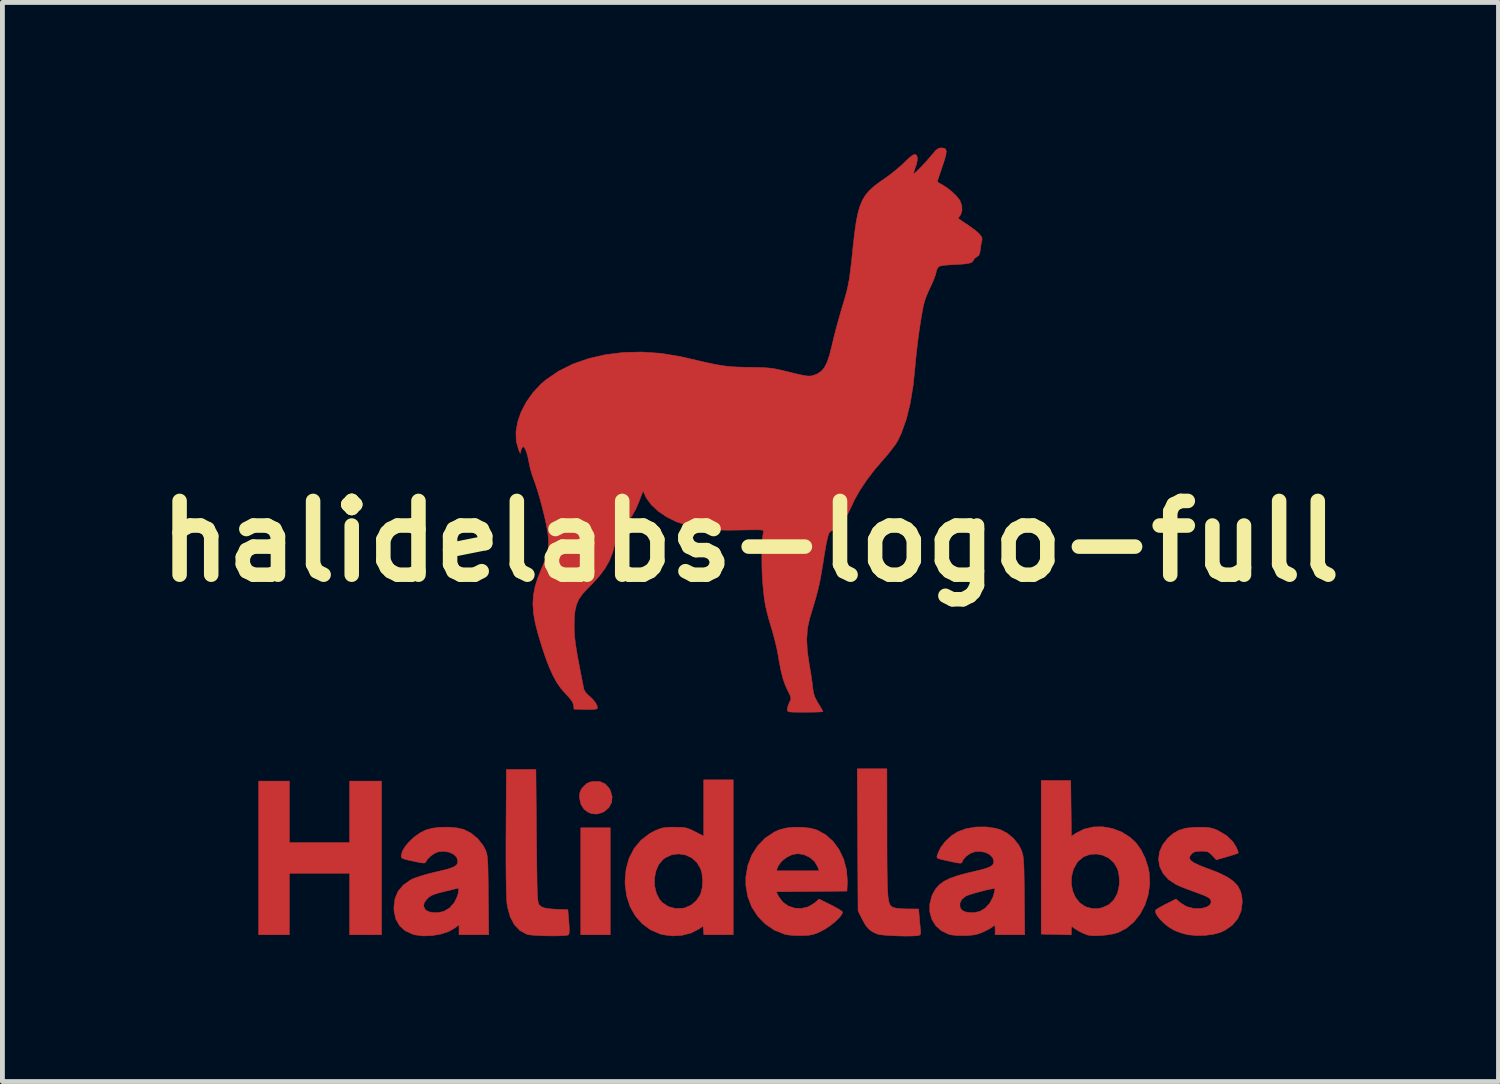
<source format=kicad_pcb>
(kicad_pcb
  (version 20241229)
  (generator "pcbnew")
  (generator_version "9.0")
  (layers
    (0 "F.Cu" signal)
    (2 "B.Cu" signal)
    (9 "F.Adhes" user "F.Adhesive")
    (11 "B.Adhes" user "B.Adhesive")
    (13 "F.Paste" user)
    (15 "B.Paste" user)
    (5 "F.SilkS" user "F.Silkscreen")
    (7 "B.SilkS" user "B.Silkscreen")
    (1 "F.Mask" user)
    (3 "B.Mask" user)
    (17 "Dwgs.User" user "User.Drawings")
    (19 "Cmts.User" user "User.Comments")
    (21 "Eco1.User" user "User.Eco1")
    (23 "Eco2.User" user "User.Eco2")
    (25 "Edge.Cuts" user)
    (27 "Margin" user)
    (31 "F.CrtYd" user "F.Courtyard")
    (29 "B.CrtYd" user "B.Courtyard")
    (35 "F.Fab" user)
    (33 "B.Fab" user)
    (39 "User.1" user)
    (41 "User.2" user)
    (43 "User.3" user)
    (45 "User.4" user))
  (footprint "halidelabs-logo-full"
    (layer "F.Cu")
    (at 12.453 8.133)
    (property "Reference" "halidelabs-logo-full" (at 0 0 0) (layer "F.SilkS") (effects (font (size 1.524 1.524) (thickness 0.3))))
    (attr through_hole)
    (fp_poly (pts (xy -2.896 8.128) (xy -3.505 8.128) (xy -3.505 5.918) (xy -2.896 5.918) (xy -2.896 8.128)) (stroke (width 0.01) (type solid)) (fill yes) (layer "F.Cu"))
    (fp_poly (pts (xy -9.525 6.223) (xy -8.28 6.223) (xy -8.28 4.953) (xy -7.62 4.953) (xy -7.62 8.128) (xy -8.28 8.128) (xy -8.28 6.858) (xy -9.525 6.858) (xy -9.525 8.128) (xy -10.16 8.128) (xy -10.16 4.953) (xy -9.525 4.953) (xy -9.525 6.223)) (stroke (width 0.01) (type solid)) (fill yes) (layer "F.Cu"))
    (fp_poly (pts (xy -3.107 4.964) (xy -3.001 5.011) (xy -2.919 5.102) (xy -2.893 5.148) (xy -2.857 5.274) (xy -2.868 5.394) (xy -2.923 5.499) (xy -3.018 5.581) (xy -3.064 5.604) (xy -3.176 5.635) (xy -3.281 5.625) (xy -3.346 5.601) (xy -3.438 5.535) (xy -3.501 5.433) (xy -3.53 5.306) (xy -3.531 5.276) (xy -3.524 5.191) (xy -3.497 5.126) (xy -3.447 5.064) (xy -3.379 5.002) (xy -3.307 4.971) (xy -3.24 4.959) (xy -3.107 4.964)) (stroke (width 0.01) (type solid)) (fill yes) (layer "F.Cu"))
    (fp_poly (pts (xy 2.821 6.026) (xy 2.821 6.337) (xy 2.822 6.601) (xy 2.824 6.822) (xy 2.827 7.005) (xy 2.831 7.153) (xy 2.837 7.27) (xy 2.845 7.36) (xy 2.856 7.428) (xy 2.869 7.477) (xy 2.885 7.511) (xy 2.905 7.535) (xy 2.928 7.552) (xy 2.946 7.562) (xy 3.004 7.578) (xy 3.1 7.589) (xy 3.219 7.594) (xy 3.243 7.594) (xy 3.475 7.595) (xy 3.491 7.791) (xy 3.5 7.896) (xy 3.509 7.989) (xy 3.517 8.051) (xy 3.518 8.056) (xy 3.513 8.117) (xy 3.489 8.138) (xy 3.437 8.148) (xy 3.346 8.153) (xy 3.227 8.155) (xy 3.094 8.153) (xy 2.958 8.148) (xy 2.83 8.141) (xy 2.723 8.132) (xy 2.648 8.12) (xy 2.63 8.116) (xy 2.524 8.069) (xy 2.443 8.009) (xy 2.374 7.922) (xy 2.311 7.81) (xy 2.223 7.634) (xy 2.215 6.167) (xy 2.207 4.699) (xy 2.819 4.699) (xy 2.821 6.026)) (stroke (width 0.01) (type solid)) (fill yes) (layer "F.Cu"))
    (fp_poly (pts (xy -4.42 6.087) (xy -4.417 6.387) (xy -4.414 6.64) (xy -4.411 6.851) (xy -4.409 7.023) (xy -4.406 7.161) (xy -4.402 7.269) (xy -4.398 7.351) (xy -4.392 7.411) (xy -4.386 7.453) (xy -4.379 7.482) (xy -4.37 7.501) (xy -4.359 7.515) (xy -4.359 7.515) (xy -4.319 7.549) (xy -4.263 7.572) (xy -4.183 7.588) (xy -4.067 7.598) (xy -3.962 7.603) (xy -3.772 7.61) (xy -3.751 7.86) (xy -3.743 7.982) (xy -3.742 8.062) (xy -3.748 8.109) (xy -3.763 8.131) (xy -3.764 8.132) (xy -3.805 8.141) (xy -3.886 8.147) (xy -3.994 8.151) (xy -4.121 8.151) (xy -4.253 8.149) (xy -4.381 8.144) (xy -4.492 8.137) (xy -4.576 8.128) (xy -4.617 8.119) (xy -4.761 8.041) (xy -4.876 7.921) (xy -4.962 7.76) (xy -5.018 7.558) (xy -5.03 7.478) (xy -5.036 7.403) (xy -5.041 7.281) (xy -5.045 7.115) (xy -5.048 6.911) (xy -5.05 6.67) (xy -5.05 6.397) (xy -5.05 6.096) (xy -5.049 5.994) (xy -5.042 4.712) (xy -4.432 4.712) (xy -4.42 6.087)) (stroke (width 0.01) (type solid)) (fill yes) (layer "F.Cu"))
    (fp_poly (pts (xy -0.356 8.128) (xy -0.962 8.128) (xy -0.978 7.949) (xy -1.067 8.01) (xy -1.229 8.092) (xy -1.415 8.14) (xy -1.614 8.152) (xy -1.81 8.126) (xy -1.866 8.111) (xy -2.065 8.025) (xy -2.237 7.898) (xy -2.379 7.736) (xy -2.487 7.544) (xy -2.558 7.325) (xy -2.589 7.085) (xy -2.591 7.023) (xy -2.586 6.964) (xy -1.982 6.964) (xy -1.979 7.12) (xy -1.944 7.269) (xy -1.879 7.398) (xy -1.822 7.463) (xy -1.697 7.545) (xy -1.551 7.585) (xy -1.394 7.58) (xy -1.339 7.568) (xy -1.217 7.51) (xy -1.111 7.415) (xy -1.034 7.297) (xy -1.029 7.283) (xy -0.996 7.154) (xy -0.987 7.004) (xy -1.002 6.857) (xy -1.029 6.763) (xy -1.106 6.634) (xy -1.213 6.538) (xy -1.342 6.479) (xy -1.482 6.457) (xy -1.625 6.475) (xy -1.759 6.537) (xy -1.806 6.572) (xy -1.895 6.678) (xy -1.954 6.813) (xy -1.982 6.964) (xy -2.586 6.964) (xy -2.569 6.773) (xy -2.506 6.546) (xy -2.403 6.346) (xy -2.262 6.176) (xy -2.086 6.04) (xy -1.986 5.986) (xy -1.9 5.948) (xy -1.827 5.924) (xy -1.751 5.911) (xy -1.654 5.906) (xy -1.572 5.906) (xy -1.455 5.907) (xy -1.371 5.913) (xy -1.302 5.928) (xy -1.232 5.956) (xy -1.146 5.998) (xy -0.965 6.091) (xy -0.965 4.928) (xy -0.356 4.928) (xy -0.356 8.128)) (stroke (width 0.01) (type solid)) (fill yes) (layer "F.Cu"))
    (fp_poly (pts (xy 6.624 5.517) (xy 6.63 6.094) (xy 6.722 6.031) (xy 6.893 5.945) (xy 7.081 5.901) (xy 7.278 5.897) (xy 7.477 5.932) (xy 7.668 6.005) (xy 7.842 6.114) (xy 7.964 6.228) (xy 8.067 6.369) (xy 8.153 6.543) (xy 8.215 6.731) (xy 8.238 6.845) (xy 8.249 7.074) (xy 8.219 7.296) (xy 8.152 7.507) (xy 8.051 7.698) (xy 7.921 7.863) (xy 7.763 7.995) (xy 7.601 8.079) (xy 7.498 8.109) (xy 7.37 8.131) (xy 7.234 8.144) (xy 7.105 8.148) (xy 7 8.14) (xy 6.959 8.131) (xy 6.868 8.094) (xy 6.771 8.046) (xy 6.693 7.996) (xy 6.674 7.981) (xy 6.645 7.96) (xy 6.632 7.972) (xy 6.629 8.025) (xy 6.629 8.036) (xy 6.629 8.13) (xy 6.318 8.122) (xy 6.007 8.115) (xy 6.007 7.077) (xy 6.629 7.077) (xy 6.657 7.225) (xy 6.716 7.359) (xy 6.803 7.468) (xy 6.916 7.545) (xy 6.947 7.557) (xy 7.068 7.588) (xy 7.179 7.588) (xy 7.271 7.568) (xy 7.405 7.506) (xy 7.509 7.405) (xy 7.582 7.271) (xy 7.619 7.108) (xy 7.623 7.023) (xy 7.616 6.916) (xy 7.597 6.812) (xy 7.581 6.761) (xy 7.507 6.637) (xy 7.403 6.544) (xy 7.28 6.485) (xy 7.146 6.459) (xy 7.01 6.469) (xy 6.884 6.517) (xy 6.776 6.603) (xy 6.749 6.636) (xy 6.673 6.773) (xy 6.634 6.923) (xy 6.629 7.077) (xy 6.007 7.077) (xy 6.007 4.94) (xy 6.617 4.94) (xy 6.624 5.517)) (stroke (width 0.01) (type solid)) (fill yes) (layer "F.Cu"))
    (fp_poly (pts (xy 1.074 5.907) (xy 1.242 5.927) (xy 1.377 5.965) (xy 1.554 6.062) (xy 1.707 6.199) (xy 1.832 6.37) (xy 1.926 6.567) (xy 1.984 6.785) (xy 2.003 7.016) (xy 2.001 7.067) (xy 1.994 7.226) (xy 1.263 7.233) (xy 0.533 7.24) (xy 0.584 7.341) (xy 0.669 7.454) (xy 0.782 7.534) (xy 0.913 7.578) (xy 1.054 7.584) (xy 1.192 7.551) (xy 1.318 7.477) (xy 1.332 7.466) (xy 1.418 7.39) (xy 1.662 7.511) (xy 1.761 7.563) (xy 1.841 7.609) (xy 1.892 7.645) (xy 1.905 7.661) (xy 1.885 7.712) (xy 1.83 7.78) (xy 1.75 7.857) (xy 1.655 7.934) (xy 1.554 8.003) (xy 1.481 8.044) (xy 1.381 8.091) (xy 1.301 8.12) (xy 1.22 8.136) (xy 1.119 8.143) (xy 1.058 8.145) (xy 0.92 8.144) (xy 0.796 8.134) (xy 0.708 8.118) (xy 0.493 8.031) (xy 0.306 7.904) (xy 0.15 7.744) (xy 0.028 7.555) (xy -0.054 7.343) (xy -0.094 7.114) (xy -0.095 6.937) (xy -0.073 6.807) (xy 0.536 6.807) (xy 1.42 6.807) (xy 1.393 6.73) (xy 1.33 6.621) (xy 1.23 6.532) (xy 1.107 6.473) (xy 0.975 6.452) (xy 0.86 6.473) (xy 0.745 6.529) (xy 0.645 6.609) (xy 0.575 6.704) (xy 0.561 6.735) (xy 0.536 6.807) (xy -0.073 6.807) (xy -0.055 6.7) (xy 0.027 6.483) (xy 0.149 6.292) (xy 0.305 6.131) (xy 0.493 6.006) (xy 0.59 5.962) (xy 0.729 5.924) (xy 0.897 5.906) (xy 1.074 5.907)) (stroke (width 0.01) (type solid)) (fill yes) (layer "F.Cu"))
    (fp_poly (pts (xy 9.395 5.908) (xy 9.486 5.917) (xy 9.561 5.935) (xy 9.636 5.964) (xy 9.653 5.972) (xy 9.831 6.076) (xy 9.963 6.202) (xy 10.034 6.314) (xy 10.064 6.382) (xy 10.078 6.429) (xy 10.078 6.441) (xy 10.05 6.452) (xy 9.984 6.474) (xy 9.894 6.502) (xy 9.845 6.516) (xy 9.625 6.58) (xy 9.54 6.491) (xy 9.486 6.438) (xy 9.437 6.411) (xy 9.372 6.402) (xy 9.312 6.401) (xy 9.216 6.406) (xy 9.153 6.425) (xy 9.119 6.452) (xy 9.079 6.502) (xy 9.07 6.548) (xy 9.095 6.592) (xy 9.158 6.638) (xy 9.263 6.689) (xy 9.412 6.748) (xy 9.47 6.769) (xy 9.685 6.853) (xy 9.854 6.938) (xy 9.981 7.027) (xy 10.071 7.125) (xy 10.128 7.237) (xy 10.155 7.367) (xy 10.16 7.462) (xy 10.136 7.638) (xy 10.067 7.795) (xy 9.956 7.928) (xy 9.805 8.034) (xy 9.703 8.081) (xy 9.559 8.119) (xy 9.387 8.141) (xy 9.209 8.144) (xy 9.044 8.128) (xy 8.986 8.115) (xy 8.883 8.085) (xy 8.782 8.047) (xy 8.737 8.026) (xy 8.639 7.966) (xy 8.546 7.892) (xy 8.465 7.812) (xy 8.403 7.734) (xy 8.369 7.667) (xy 8.37 7.619) (xy 8.37 7.619) (xy 8.399 7.596) (xy 8.462 7.559) (xy 8.547 7.512) (xy 8.589 7.491) (xy 8.792 7.389) (xy 8.879 7.465) (xy 9.007 7.545) (xy 9.16 7.585) (xy 9.308 7.585) (xy 9.413 7.56) (xy 9.485 7.518) (xy 9.517 7.463) (xy 9.515 7.424) (xy 9.501 7.395) (xy 9.475 7.369) (xy 9.429 7.341) (xy 9.356 7.309) (xy 9.248 7.268) (xy 9.142 7.229) (xy 9.024 7.186) (xy 8.912 7.142) (xy 8.823 7.103) (xy 8.791 7.088) (xy 8.637 6.986) (xy 8.525 6.861) (xy 8.456 6.72) (xy 8.431 6.57) (xy 8.451 6.416) (xy 8.518 6.265) (xy 8.623 6.132) (xy 8.735 6.035) (xy 8.853 5.968) (xy 8.989 5.927) (xy 9.154 5.909) (xy 9.271 5.906) (xy 9.395 5.908)) (stroke (width 0.01) (type solid)) (fill yes) (layer "F.Cu"))
    (fp_poly (pts (xy -6.065 5.92) (xy -5.923 5.952) (xy -5.919 5.954) (xy -5.772 6.029) (xy -5.636 6.141) (xy -5.527 6.277) (xy -5.483 6.357) (xy -5.466 6.395) (xy -5.453 6.433) (xy -5.443 6.475) (xy -5.435 6.529) (xy -5.429 6.601) (xy -5.424 6.695) (xy -5.421 6.819) (xy -5.418 6.979) (xy -5.416 7.18) (xy -5.415 7.309) (xy -5.406 8.128) (xy -6.02 8.128) (xy -6.02 7.922) (xy -6.108 7.989) (xy -6.236 8.062) (xy -6.396 8.114) (xy -6.574 8.145) (xy -6.754 8.152) (xy -6.92 8.132) (xy -6.976 8.117) (xy -7.131 8.046) (xy -7.248 7.941) (xy -7.326 7.804) (xy -7.362 7.639) (xy -7.365 7.568) (xy -7.362 7.536) (xy -6.753 7.536) (xy -6.719 7.605) (xy -6.706 7.62) (xy -6.642 7.654) (xy -6.549 7.67) (xy -6.443 7.669) (xy -6.342 7.647) (xy -6.333 7.644) (xy -6.213 7.572) (xy -6.116 7.463) (xy -6.051 7.325) (xy -6.034 7.256) (xy -6.026 7.194) (xy -6.033 7.169) (xy -6.061 7.17) (xy -6.063 7.171) (xy -6.107 7.182) (xy -6.186 7.202) (xy -6.289 7.226) (xy -6.35 7.241) (xy -6.473 7.273) (xy -6.559 7.303) (xy -6.621 7.336) (xy -6.673 7.379) (xy -6.674 7.38) (xy -6.738 7.463) (xy -6.753 7.536) (xy -7.362 7.536) (xy -7.344 7.387) (xy -7.281 7.233) (xy -7.174 7.104) (xy -7.023 6.997) (xy -6.978 6.974) (xy -6.902 6.944) (xy -6.791 6.908) (xy -6.658 6.87) (xy -6.519 6.835) (xy -6.503 6.832) (xy -6.339 6.793) (xy -6.218 6.76) (xy -6.135 6.729) (xy -6.083 6.697) (xy -6.055 6.661) (xy -6.046 6.618) (xy -6.045 6.605) (xy -6.068 6.527) (xy -6.131 6.465) (xy -6.224 6.422) (xy -6.338 6.404) (xy -6.443 6.413) (xy -6.52 6.443) (xy -6.601 6.498) (xy -6.67 6.564) (xy -6.709 6.626) (xy -6.722 6.642) (xy -6.756 6.646) (xy -6.818 6.638) (xy -6.92 6.618) (xy -6.922 6.617) (xy -7.046 6.591) (xy -7.129 6.571) (xy -7.178 6.555) (xy -7.204 6.539) (xy -7.212 6.519) (xy -7.214 6.493) (xy -7.192 6.405) (xy -7.133 6.305) (xy -7.045 6.201) (xy -6.938 6.103) (xy -6.818 6.019) (xy -6.708 5.964) (xy -6.573 5.927) (xy -6.408 5.907) (xy -6.233 5.905) (xy -6.065 5.92)) (stroke (width 0.01) (type solid)) (fill yes) (layer "F.Cu"))
    (fp_poly (pts (xy 5.068 5.929) (xy 5.162 5.957) (xy 5.306 6.031) (xy 5.438 6.141) (xy 5.544 6.275) (xy 5.592 6.37) (xy 5.609 6.413) (xy 5.622 6.455) (xy 5.632 6.502) (xy 5.64 6.562) (xy 5.645 6.639) (xy 5.65 6.741) (xy 5.653 6.874) (xy 5.656 7.043) (xy 5.658 7.255) (xy 5.659 7.322) (xy 5.667 8.128) (xy 5.055 8.128) (xy 5.055 8.022) (xy 5.053 7.958) (xy 5.044 7.935) (xy 5.022 7.947) (xy 5.009 7.958) (xy 4.963 7.99) (xy 4.888 8.032) (xy 4.813 8.068) (xy 4.72 8.106) (xy 4.631 8.129) (xy 4.524 8.141) (xy 4.432 8.146) (xy 4.273 8.144) (xy 4.147 8.13) (xy 4.095 8.117) (xy 3.944 8.044) (xy 3.827 7.938) (xy 3.746 7.805) (xy 3.705 7.654) (xy 3.705 7.491) (xy 3.709 7.478) (xy 4.327 7.478) (xy 4.33 7.558) (xy 4.369 7.62) (xy 4.432 7.654) (xy 4.526 7.67) (xy 4.632 7.669) (xy 4.732 7.647) (xy 4.742 7.644) (xy 4.853 7.577) (xy 4.947 7.473) (xy 5.012 7.344) (xy 5.02 7.32) (xy 5.04 7.244) (xy 5.05 7.19) (xy 5.049 7.174) (xy 5.019 7.174) (xy 4.953 7.186) (xy 4.862 7.206) (xy 4.757 7.233) (xy 4.651 7.262) (xy 4.555 7.291) (xy 4.48 7.316) (xy 4.444 7.332) (xy 4.366 7.399) (xy 4.327 7.478) (xy 3.709 7.478) (xy 3.75 7.323) (xy 3.771 7.276) (xy 3.83 7.177) (xy 3.905 7.093) (xy 4.001 7.022) (xy 4.126 6.961) (xy 4.286 6.905) (xy 4.487 6.851) (xy 4.579 6.83) (xy 4.743 6.791) (xy 4.863 6.758) (xy 4.945 6.726) (xy 4.996 6.694) (xy 5.022 6.657) (xy 5.029 6.615) (xy 5.006 6.535) (xy 4.943 6.47) (xy 4.851 6.425) (xy 4.739 6.405) (xy 4.636 6.412) (xy 4.548 6.444) (xy 4.463 6.501) (xy 4.4 6.569) (xy 4.38 6.608) (xy 4.372 6.63) (xy 4.36 6.644) (xy 4.335 6.649) (xy 4.29 6.645) (xy 4.215 6.631) (xy 4.104 6.607) (xy 4.022 6.589) (xy 3.929 6.568) (xy 3.876 6.551) (xy 3.854 6.532) (xy 3.853 6.505) (xy 3.86 6.48) (xy 3.925 6.334) (xy 4.03 6.195) (xy 4.163 6.075) (xy 4.284 6) (xy 4.458 5.936) (xy 4.658 5.902) (xy 4.867 5.9) (xy 5.068 5.929)) (stroke (width 0.01) (type solid)) (fill yes) (layer "F.Cu"))
    (fp_poly (pts (xy 3.994 -8.123) (xy 4.031 -8.104) (xy 4.046 -8.064) (xy 4.04 -7.997) (xy 4.014 -7.896) (xy 3.968 -7.755) (xy 3.965 -7.747) (xy 3.926 -7.631) (xy 3.893 -7.533) (xy 3.871 -7.463) (xy 3.861 -7.431) (xy 3.861 -7.43) (xy 3.881 -7.412) (xy 3.933 -7.382) (xy 3.965 -7.365) (xy 4.063 -7.303) (xy 4.165 -7.221) (xy 4.257 -7.132) (xy 4.323 -7.049) (xy 4.335 -7.027) (xy 4.367 -6.929) (xy 4.37 -6.83) (xy 4.343 -6.748) (xy 4.329 -6.729) (xy 4.3 -6.689) (xy 4.295 -6.67) (xy 4.319 -6.652) (xy 4.376 -6.613) (xy 4.455 -6.56) (xy 4.501 -6.529) (xy 4.641 -6.429) (xy 4.734 -6.346) (xy 4.782 -6.279) (xy 4.785 -6.227) (xy 4.785 -6.225) (xy 4.772 -6.178) (xy 4.759 -6.101) (xy 4.752 -6.045) (xy 4.739 -5.959) (xy 4.718 -5.909) (xy 4.684 -5.882) (xy 4.68 -5.88) (xy 4.63 -5.844) (xy 4.609 -5.813) (xy 4.592 -5.781) (xy 4.561 -5.758) (xy 4.506 -5.742) (xy 4.42 -5.73) (xy 4.296 -5.721) (xy 4.208 -5.716) (xy 4.077 -5.709) (xy 3.987 -5.701) (xy 3.929 -5.69) (xy 3.893 -5.675) (xy 3.871 -5.653) (xy 3.842 -5.592) (xy 3.835 -5.552) (xy 3.825 -5.51) (xy 3.797 -5.433) (xy 3.755 -5.333) (xy 3.709 -5.233) (xy 3.664 -5.134) (xy 3.628 -5.049) (xy 3.6 -4.967) (xy 3.576 -4.877) (xy 3.554 -4.767) (xy 3.529 -4.626) (xy 3.508 -4.496) (xy 3.48 -4.31) (xy 3.453 -4.106) (xy 3.43 -3.903) (xy 3.411 -3.721) (xy 3.404 -3.636) (xy 3.362 -3.223) (xy 3.301 -2.851) (xy 3.22 -2.522) (xy 3.119 -2.238) (xy 3.042 -2.075) (xy 2.992 -1.996) (xy 2.917 -1.895) (xy 2.828 -1.784) (xy 2.737 -1.68) (xy 2.564 -1.478) (xy 2.403 -1.267) (xy 2.262 -1.056) (xy 2.15 -0.858) (xy 2.105 -0.761) (xy 2.057 -0.659) (xy 2.009 -0.564) (xy 1.968 -0.496) (xy 1.964 -0.49) (xy 1.901 -0.414) (xy 1.827 -0.337) (xy 1.754 -0.27) (xy 1.693 -0.225) (xy 1.672 -0.215) (xy 1.648 -0.201) (xy 1.627 -0.173) (xy 1.608 -0.126) (xy 1.588 -0.052) (xy 1.566 0.053) (xy 1.54 0.196) (xy 1.51 0.381) (xy 1.501 0.445) (xy 1.473 0.614) (xy 1.447 0.76) (xy 1.42 0.893) (xy 1.389 1.025) (xy 1.35 1.169) (xy 1.302 1.335) (xy 1.242 1.534) (xy 1.225 1.587) (xy 1.179 1.794) (xy 1.163 2.021) (xy 1.176 2.275) (xy 1.215 2.54) (xy 1.239 2.678) (xy 1.261 2.819) (xy 1.278 2.943) (xy 1.285 3.01) (xy 1.301 3.123) (xy 1.33 3.216) (xy 1.38 3.313) (xy 1.4 3.346) (xy 1.448 3.424) (xy 1.483 3.485) (xy 1.498 3.516) (xy 1.499 3.517) (xy 1.475 3.522) (xy 1.409 3.526) (xy 1.31 3.529) (xy 1.187 3.53) (xy 1.13 3.531) (xy 0.987 3.53) (xy 0.887 3.529) (xy 0.822 3.525) (xy 0.784 3.517) (xy 0.767 3.505) (xy 0.762 3.486) (xy 0.762 3.473) (xy 0.773 3.413) (xy 0.801 3.339) (xy 0.806 3.327) (xy 0.829 3.279) (xy 0.836 3.24) (xy 0.825 3.196) (xy 0.794 3.13) (xy 0.772 3.086) (xy 0.717 2.966) (xy 0.67 2.829) (xy 0.629 2.664) (xy 0.59 2.463) (xy 0.574 2.361) (xy 0.55 2.234) (xy 0.514 2.081) (xy 0.473 1.923) (xy 0.442 1.815) (xy 0.385 1.627) (xy 0.343 1.47) (xy 0.311 1.329) (xy 0.288 1.189) (xy 0.269 1.033) (xy 0.253 0.845) (xy 0.251 0.826) (xy 0.242 0.666) (xy 0.237 0.494) (xy 0.236 0.32) (xy 0.238 0.153) (xy 0.245 0.006) (xy 0.255 -0.113) (xy 0.268 -0.191) (xy 0.268 -0.191) (xy 0.272 -0.209) (xy 0.266 -0.222) (xy 0.246 -0.231) (xy 0.204 -0.236) (xy 0.134 -0.238) (xy 0.03 -0.237) (xy -0.115 -0.235) (xy -0.214 -0.233) (xy -0.468 -0.23) (xy -0.683 -0.235) (xy -0.87 -0.249) (xy -1.041 -0.271) (xy -1.206 -0.304) (xy -1.32 -0.333) (xy -1.534 -0.406) (xy -1.732 -0.505) (xy -1.906 -0.623) (xy -2.047 -0.754) (xy -2.149 -0.893) (xy -2.17 -0.935) (xy -2.218 -1.042) (xy -2.299 -0.827) (xy -2.369 -0.662) (xy -2.447 -0.527) (xy -2.548 -0.402) (xy -2.631 -0.315) (xy -2.682 -0.262) (xy -2.718 -0.211) (xy -2.745 -0.148) (xy -2.771 -0.06) (xy -2.794 0.037) (xy -2.846 0.229) (xy -2.913 0.399) (xy -3.001 0.556) (xy -3.117 0.712) (xy -3.267 0.878) (xy -3.354 0.965) (xy -3.463 1.081) (xy -3.542 1.192) (xy -3.594 1.309) (xy -3.625 1.444) (xy -3.639 1.611) (xy -3.641 1.727) (xy -3.639 1.852) (xy -3.631 1.974) (xy -3.616 2.105) (xy -3.593 2.257) (xy -3.56 2.443) (xy -3.546 2.515) (xy -3.517 2.67) (xy -3.489 2.811) (xy -3.466 2.929) (xy -3.449 3.016) (xy -3.439 3.062) (xy -3.438 3.064) (xy -3.411 3.112) (xy -3.358 3.171) (xy -3.325 3.199) (xy -3.252 3.269) (xy -3.196 3.341) (xy -3.165 3.406) (xy -3.164 3.452) (xy -3.169 3.458) (xy -3.203 3.468) (xy -3.276 3.474) (xy -3.373 3.476) (xy -3.419 3.474) (xy -3.645 3.467) (xy -3.653 3.389) (xy -3.671 3.33) (xy -3.719 3.258) (xy -3.803 3.164) (xy -3.821 3.145) (xy -3.916 3.037) (xy -4.001 2.915) (xy -4.08 2.772) (xy -4.157 2.6) (xy -4.236 2.392) (xy -4.303 2.192) (xy -4.386 1.921) (xy -4.446 1.686) (xy -4.482 1.479) (xy -4.494 1.29) (xy -4.483 1.111) (xy -4.449 0.934) (xy -4.391 0.749) (xy -4.309 0.548) (xy -4.293 0.512) (xy -4.222 0.336) (xy -4.182 0.181) (xy -4.169 0.028) (xy -4.181 -0.141) (xy -4.189 -0.197) (xy -4.216 -0.342) (xy -4.254 -0.514) (xy -4.3 -0.7) (xy -4.35 -0.885) (xy -4.4 -1.055) (xy -4.447 -1.197) (xy -4.469 -1.256) (xy -4.512 -1.376) (xy -4.55 -1.509) (xy -4.571 -1.611) (xy -4.597 -1.739) (xy -4.627 -1.845) (xy -4.659 -1.919) (xy -4.688 -1.954) (xy -4.695 -1.956) (xy -4.718 -1.934) (xy -4.738 -1.886) (xy -4.756 -1.816) (xy -4.789 -1.892) (xy -4.838 -2.067) (xy -4.844 -2.259) (xy -4.81 -2.462) (xy -4.739 -2.669) (xy -4.633 -2.873) (xy -4.495 -3.069) (xy -4.327 -3.249) (xy -4.228 -3.334) (xy -3.966 -3.514) (xy -3.67 -3.662) (xy -3.344 -3.776) (xy -2.994 -3.856) (xy -2.625 -3.902) (xy -2.242 -3.911) (xy -1.85 -3.884) (xy -1.455 -3.819) (xy -1.35 -3.795) (xy -1.118 -3.741) (xy -0.927 -3.697) (xy -0.768 -3.663) (xy -0.632 -3.638) (xy -0.511 -3.62) (xy -0.396 -3.608) (xy -0.278 -3.601) (xy -0.148 -3.597) (xy -0.025 -3.595) (xy 0.141 -3.593) (xy 0.27 -3.589) (xy 0.378 -3.581) (xy 0.477 -3.568) (xy 0.582 -3.548) (xy 0.707 -3.519) (xy 0.809 -3.494) (xy 0.961 -3.457) (xy 1.073 -3.432) (xy 1.154 -3.418) (xy 1.214 -3.414) (xy 1.26 -3.417) (xy 1.295 -3.426) (xy 1.389 -3.463) (xy 1.465 -3.515) (xy 1.528 -3.59) (xy 1.581 -3.694) (xy 1.63 -3.834) (xy 1.677 -4.016) (xy 1.691 -4.077) (xy 1.723 -4.212) (xy 1.765 -4.377) (xy 1.814 -4.557) (xy 1.864 -4.732) (xy 1.884 -4.801) (xy 1.929 -4.95) (xy 1.965 -5.074) (xy 1.994 -5.182) (xy 2.017 -5.283) (xy 2.037 -5.386) (xy 2.054 -5.5) (xy 2.071 -5.635) (xy 2.09 -5.798) (xy 2.111 -5.999) (xy 2.12 -6.087) (xy 2.15 -6.354) (xy 2.181 -6.576) (xy 2.216 -6.761) (xy 2.259 -6.914) (xy 2.311 -7.042) (xy 2.376 -7.151) (xy 2.457 -7.247) (xy 2.557 -7.337) (xy 2.677 -7.428) (xy 2.739 -7.47) (xy 2.864 -7.559) (xy 2.993 -7.66) (xy 3.108 -7.759) (xy 3.182 -7.828) (xy 3.281 -7.924) (xy 3.355 -7.979) (xy 3.406 -7.994) (xy 3.437 -7.969) (xy 3.449 -7.922) (xy 3.445 -7.861) (xy 3.425 -7.777) (xy 3.407 -7.725) (xy 3.383 -7.654) (xy 3.372 -7.607) (xy 3.375 -7.595) (xy 3.401 -7.612) (xy 3.453 -7.66) (xy 3.521 -7.729) (xy 3.597 -7.81) (xy 3.674 -7.895) (xy 3.743 -7.976) (xy 3.769 -8.007) (xy 3.833 -8.081) (xy 3.886 -8.118) (xy 3.936 -8.128) (xy 3.994 -8.123)) (stroke (width 0.01) (type solid)) (fill yes) (layer "F.Cu"))
    (fp_poly (pts (xy -2.896 8.128) (xy -3.505 8.128) (xy -3.505 5.918) (xy -2.896 5.918) (xy -2.896 8.128)) (stroke (width 0.01) (type solid)) (fill yes) (layer "F.Mask"))
    (fp_poly (pts (xy -9.525 6.223) (xy -8.28 6.223) (xy -8.28 4.953) (xy -7.62 4.953) (xy -7.62 8.128) (xy -8.28 8.128) (xy -8.28 6.858) (xy -9.525 6.858) (xy -9.525 8.128) (xy -10.16 8.128) (xy -10.16 4.953) (xy -9.525 4.953) (xy -9.525 6.223)) (stroke (width 0.01) (type solid)) (fill yes) (layer "F.Mask"))
    (fp_poly (pts (xy -3.107 4.964) (xy -3.001 5.011) (xy -2.919 5.102) (xy -2.893 5.148) (xy -2.857 5.274) (xy -2.868 5.394) (xy -2.923 5.499) (xy -3.018 5.581) (xy -3.064 5.604) (xy -3.176 5.635) (xy -3.281 5.625) (xy -3.346 5.601) (xy -3.438 5.535) (xy -3.501 5.433) (xy -3.53 5.306) (xy -3.531 5.276) (xy -3.524 5.191) (xy -3.497 5.126) (xy -3.447 5.064) (xy -3.379 5.002) (xy -3.307 4.971) (xy -3.24 4.959) (xy -3.107 4.964)) (stroke (width 0.01) (type solid)) (fill yes) (layer "F.Mask"))
    (fp_poly (pts (xy 2.821 6.026) (xy 2.821 6.337) (xy 2.822 6.601) (xy 2.824 6.822) (xy 2.827 7.005) (xy 2.831 7.153) (xy 2.837 7.27) (xy 2.845 7.36) (xy 2.856 7.428) (xy 2.869 7.477) (xy 2.885 7.511) (xy 2.905 7.535) (xy 2.928 7.552) (xy 2.946 7.562) (xy 3.004 7.578) (xy 3.1 7.589) (xy 3.219 7.594) (xy 3.243 7.594) (xy 3.475 7.595) (xy 3.491 7.791) (xy 3.5 7.896) (xy 3.509 7.989) (xy 3.517 8.051) (xy 3.518 8.056) (xy 3.513 8.117) (xy 3.489 8.138) (xy 3.437 8.148) (xy 3.346 8.153) (xy 3.227 8.155) (xy 3.094 8.153) (xy 2.958 8.148) (xy 2.83 8.141) (xy 2.723 8.132) (xy 2.648 8.12) (xy 2.63 8.116) (xy 2.524 8.069) (xy 2.443 8.009) (xy 2.374 7.922) (xy 2.311 7.81) (xy 2.223 7.634) (xy 2.215 6.167) (xy 2.207 4.699) (xy 2.819 4.699) (xy 2.821 6.026)) (stroke (width 0.01) (type solid)) (fill yes) (layer "F.Mask"))
    (fp_poly (pts (xy -4.42 6.087) (xy -4.417 6.387) (xy -4.414 6.64) (xy -4.411 6.851) (xy -4.409 7.023) (xy -4.406 7.161) (xy -4.402 7.269) (xy -4.398 7.351) (xy -4.392 7.411) (xy -4.386 7.453) (xy -4.379 7.482) (xy -4.37 7.501) (xy -4.359 7.515) (xy -4.359 7.515) (xy -4.319 7.549) (xy -4.263 7.572) (xy -4.183 7.588) (xy -4.067 7.598) (xy -3.962 7.603) (xy -3.772 7.61) (xy -3.751 7.86) (xy -3.743 7.982) (xy -3.742 8.062) (xy -3.748 8.109) (xy -3.763 8.131) (xy -3.764 8.132) (xy -3.805 8.141) (xy -3.886 8.147) (xy -3.994 8.151) (xy -4.121 8.151) (xy -4.253 8.149) (xy -4.381 8.144) (xy -4.492 8.137) (xy -4.576 8.128) (xy -4.617 8.119) (xy -4.761 8.041) (xy -4.876 7.921) (xy -4.962 7.76) (xy -5.018 7.558) (xy -5.03 7.478) (xy -5.036 7.403) (xy -5.041 7.281) (xy -5.045 7.115) (xy -5.048 6.911) (xy -5.05 6.67) (xy -5.05 6.397) (xy -5.05 6.096) (xy -5.049 5.994) (xy -5.042 4.712) (xy -4.432 4.712) (xy -4.42 6.087)) (stroke (width 0.01) (type solid)) (fill yes) (layer "F.Mask"))
    (fp_poly (pts (xy -0.356 8.128) (xy -0.962 8.128) (xy -0.978 7.949) (xy -1.067 8.01) (xy -1.229 8.092) (xy -1.415 8.14) (xy -1.614 8.152) (xy -1.81 8.126) (xy -1.866 8.111) (xy -2.065 8.025) (xy -2.237 7.898) (xy -2.379 7.736) (xy -2.487 7.544) (xy -2.558 7.325) (xy -2.589 7.085) (xy -2.591 7.023) (xy -2.586 6.964) (xy -1.982 6.964) (xy -1.979 7.12) (xy -1.944 7.269) (xy -1.879 7.398) (xy -1.822 7.463) (xy -1.697 7.545) (xy -1.551 7.585) (xy -1.394 7.58) (xy -1.339 7.568) (xy -1.217 7.51) (xy -1.111 7.415) (xy -1.034 7.297) (xy -1.029 7.283) (xy -0.996 7.154) (xy -0.987 7.004) (xy -1.002 6.857) (xy -1.029 6.763) (xy -1.106 6.634) (xy -1.213 6.538) (xy -1.342 6.479) (xy -1.482 6.457) (xy -1.625 6.475) (xy -1.759 6.537) (xy -1.806 6.572) (xy -1.895 6.678) (xy -1.954 6.813) (xy -1.982 6.964) (xy -2.586 6.964) (xy -2.569 6.773) (xy -2.506 6.546) (xy -2.403 6.346) (xy -2.262 6.176) (xy -2.086 6.04) (xy -1.986 5.986) (xy -1.9 5.948) (xy -1.827 5.924) (xy -1.751 5.911) (xy -1.654 5.906) (xy -1.572 5.906) (xy -1.455 5.907) (xy -1.371 5.913) (xy -1.302 5.928) (xy -1.232 5.956) (xy -1.146 5.998) (xy -0.965 6.091) (xy -0.965 4.928) (xy -0.356 4.928) (xy -0.356 8.128)) (stroke (width 0.01) (type solid)) (fill yes) (layer "F.Mask"))
    (fp_poly (pts (xy 6.624 5.517) (xy 6.63 6.094) (xy 6.722 6.031) (xy 6.893 5.945) (xy 7.081 5.901) (xy 7.278 5.897) (xy 7.477 5.932) (xy 7.668 6.005) (xy 7.842 6.114) (xy 7.964 6.228) (xy 8.067 6.369) (xy 8.153 6.543) (xy 8.215 6.731) (xy 8.238 6.845) (xy 8.249 7.074) (xy 8.219 7.296) (xy 8.152 7.507) (xy 8.051 7.698) (xy 7.921 7.863) (xy 7.763 7.995) (xy 7.601 8.079) (xy 7.498 8.109) (xy 7.37 8.131) (xy 7.234 8.144) (xy 7.105 8.148) (xy 7 8.14) (xy 6.959 8.131) (xy 6.868 8.094) (xy 6.771 8.046) (xy 6.693 7.996) (xy 6.674 7.981) (xy 6.645 7.96) (xy 6.632 7.972) (xy 6.629 8.025) (xy 6.629 8.036) (xy 6.629 8.13) (xy 6.318 8.122) (xy 6.007 8.115) (xy 6.007 7.077) (xy 6.629 7.077) (xy 6.657 7.225) (xy 6.716 7.359) (xy 6.803 7.468) (xy 6.916 7.545) (xy 6.947 7.557) (xy 7.068 7.588) (xy 7.179 7.588) (xy 7.271 7.568) (xy 7.405 7.506) (xy 7.509 7.405) (xy 7.582 7.271) (xy 7.619 7.108) (xy 7.623 7.023) (xy 7.616 6.916) (xy 7.597 6.812) (xy 7.581 6.761) (xy 7.507 6.637) (xy 7.403 6.544) (xy 7.28 6.485) (xy 7.146 6.459) (xy 7.01 6.469) (xy 6.884 6.517) (xy 6.776 6.603) (xy 6.749 6.636) (xy 6.673 6.773) (xy 6.634 6.923) (xy 6.629 7.077) (xy 6.007 7.077) (xy 6.007 4.94) (xy 6.617 4.94) (xy 6.624 5.517)) (stroke (width 0.01) (type solid)) (fill yes) (layer "F.Mask"))
    (fp_poly (pts (xy 1.074 5.907) (xy 1.242 5.927) (xy 1.377 5.965) (xy 1.554 6.062) (xy 1.707 6.199) (xy 1.832 6.37) (xy 1.926 6.567) (xy 1.984 6.785) (xy 2.003 7.016) (xy 2.001 7.067) (xy 1.994 7.226) (xy 1.263 7.233) (xy 0.533 7.24) (xy 0.584 7.341) (xy 0.669 7.454) (xy 0.782 7.534) (xy 0.913 7.578) (xy 1.054 7.584) (xy 1.192 7.551) (xy 1.318 7.477) (xy 1.332 7.466) (xy 1.418 7.39) (xy 1.662 7.511) (xy 1.761 7.563) (xy 1.841 7.609) (xy 1.892 7.645) (xy 1.905 7.661) (xy 1.885 7.712) (xy 1.83 7.78) (xy 1.75 7.857) (xy 1.655 7.934) (xy 1.554 8.003) (xy 1.481 8.044) (xy 1.381 8.091) (xy 1.301 8.12) (xy 1.22 8.136) (xy 1.119 8.143) (xy 1.058 8.145) (xy 0.92 8.144) (xy 0.796 8.134) (xy 0.708 8.118) (xy 0.493 8.031) (xy 0.306 7.904) (xy 0.15 7.744) (xy 0.028 7.555) (xy -0.054 7.343) (xy -0.094 7.114) (xy -0.095 6.937) (xy -0.073 6.807) (xy 0.536 6.807) (xy 1.42 6.807) (xy 1.393 6.73) (xy 1.33 6.621) (xy 1.23 6.532) (xy 1.107 6.473) (xy 0.975 6.452) (xy 0.86 6.473) (xy 0.745 6.529) (xy 0.645 6.609) (xy 0.575 6.704) (xy 0.561 6.735) (xy 0.536 6.807) (xy -0.073 6.807) (xy -0.055 6.7) (xy 0.027 6.483) (xy 0.149 6.292) (xy 0.305 6.131) (xy 0.493 6.006) (xy 0.59 5.962) (xy 0.729 5.924) (xy 0.897 5.906) (xy 1.074 5.907)) (stroke (width 0.01) (type solid)) (fill yes) (layer "F.Mask"))
    (fp_poly (pts (xy 9.395 5.908) (xy 9.486 5.917) (xy 9.561 5.935) (xy 9.636 5.964) (xy 9.653 5.972) (xy 9.831 6.076) (xy 9.963 6.202) (xy 10.034 6.314) (xy 10.064 6.382) (xy 10.078 6.429) (xy 10.078 6.441) (xy 10.05 6.452) (xy 9.984 6.474) (xy 9.894 6.502) (xy 9.845 6.516) (xy 9.625 6.58) (xy 9.54 6.491) (xy 9.486 6.438) (xy 9.437 6.411) (xy 9.372 6.402) (xy 9.312 6.401) (xy 9.216 6.406) (xy 9.153 6.425) (xy 9.119 6.452) (xy 9.079 6.502) (xy 9.07 6.548) (xy 9.095 6.592) (xy 9.158 6.638) (xy 9.263 6.689) (xy 9.412 6.748) (xy 9.47 6.769) (xy 9.685 6.853) (xy 9.854 6.938) (xy 9.981 7.027) (xy 10.071 7.125) (xy 10.128 7.237) (xy 10.155 7.367) (xy 10.16 7.462) (xy 10.136 7.638) (xy 10.067 7.795) (xy 9.956 7.928) (xy 9.805 8.034) (xy 9.703 8.081) (xy 9.559 8.119) (xy 9.387 8.141) (xy 9.209 8.144) (xy 9.044 8.128) (xy 8.986 8.115) (xy 8.883 8.085) (xy 8.782 8.047) (xy 8.737 8.026) (xy 8.639 7.966) (xy 8.546 7.892) (xy 8.465 7.812) (xy 8.403 7.734) (xy 8.369 7.667) (xy 8.37 7.619) (xy 8.37 7.619) (xy 8.399 7.596) (xy 8.462 7.559) (xy 8.547 7.512) (xy 8.589 7.491) (xy 8.792 7.389) (xy 8.879 7.465) (xy 9.007 7.545) (xy 9.16 7.585) (xy 9.308 7.585) (xy 9.413 7.56) (xy 9.485 7.518) (xy 9.517 7.463) (xy 9.515 7.424) (xy 9.501 7.395) (xy 9.475 7.369) (xy 9.429 7.341) (xy 9.356 7.309) (xy 9.248 7.268) (xy 9.142 7.229) (xy 9.024 7.186) (xy 8.912 7.142) (xy 8.823 7.103) (xy 8.791 7.088) (xy 8.637 6.986) (xy 8.525 6.861) (xy 8.456 6.72) (xy 8.431 6.57) (xy 8.451 6.416) (xy 8.518 6.265) (xy 8.623 6.132) (xy 8.735 6.035) (xy 8.853 5.968) (xy 8.989 5.927) (xy 9.154 5.909) (xy 9.271 5.906) (xy 9.395 5.908)) (stroke (width 0.01) (type solid)) (fill yes) (layer "F.Mask"))
    (fp_poly (pts (xy -6.065 5.92) (xy -5.923 5.952) (xy -5.919 5.954) (xy -5.772 6.029) (xy -5.636 6.141) (xy -5.527 6.277) (xy -5.483 6.357) (xy -5.466 6.395) (xy -5.453 6.433) (xy -5.443 6.475) (xy -5.435 6.529) (xy -5.429 6.601) (xy -5.424 6.695) (xy -5.421 6.819) (xy -5.418 6.979) (xy -5.416 7.18) (xy -5.415 7.309) (xy -5.406 8.128) (xy -6.02 8.128) (xy -6.02 7.922) (xy -6.108 7.989) (xy -6.236 8.062) (xy -6.396 8.114) (xy -6.574 8.145) (xy -6.754 8.152) (xy -6.92 8.132) (xy -6.976 8.117) (xy -7.131 8.046) (xy -7.248 7.941) (xy -7.326 7.804) (xy -7.362 7.639) (xy -7.365 7.568) (xy -7.362 7.536) (xy -6.753 7.536) (xy -6.719 7.605) (xy -6.706 7.62) (xy -6.642 7.654) (xy -6.549 7.67) (xy -6.443 7.669) (xy -6.342 7.647) (xy -6.333 7.644) (xy -6.213 7.572) (xy -6.116 7.463) (xy -6.051 7.325) (xy -6.034 7.256) (xy -6.026 7.194) (xy -6.033 7.169) (xy -6.061 7.17) (xy -6.063 7.171) (xy -6.107 7.182) (xy -6.186 7.202) (xy -6.289 7.226) (xy -6.35 7.241) (xy -6.473 7.273) (xy -6.559 7.303) (xy -6.621 7.336) (xy -6.673 7.379) (xy -6.674 7.38) (xy -6.738 7.463) (xy -6.753 7.536) (xy -7.362 7.536) (xy -7.344 7.387) (xy -7.281 7.233) (xy -7.174 7.104) (xy -7.023 6.997) (xy -6.978 6.974) (xy -6.902 6.944) (xy -6.791 6.908) (xy -6.658 6.87) (xy -6.519 6.835) (xy -6.503 6.832) (xy -6.339 6.793) (xy -6.218 6.76) (xy -6.135 6.729) (xy -6.083 6.697) (xy -6.055 6.661) (xy -6.046 6.618) (xy -6.045 6.605) (xy -6.068 6.527) (xy -6.131 6.465) (xy -6.224 6.422) (xy -6.338 6.404) (xy -6.443 6.413) (xy -6.52 6.443) (xy -6.601 6.498) (xy -6.67 6.564) (xy -6.709 6.626) (xy -6.722 6.642) (xy -6.756 6.646) (xy -6.818 6.638) (xy -6.92 6.618) (xy -6.922 6.617) (xy -7.046 6.591) (xy -7.129 6.571) (xy -7.178 6.555) (xy -7.204 6.539) (xy -7.212 6.519) (xy -7.214 6.493) (xy -7.192 6.405) (xy -7.133 6.305) (xy -7.045 6.201) (xy -6.938 6.103) (xy -6.818 6.019) (xy -6.708 5.964) (xy -6.573 5.927) (xy -6.408 5.907) (xy -6.233 5.905) (xy -6.065 5.92)) (stroke (width 0.01) (type solid)) (fill yes) (layer "F.Mask"))
    (fp_poly (pts (xy 5.068 5.929) (xy 5.162 5.957) (xy 5.306 6.031) (xy 5.438 6.141) (xy 5.544 6.275) (xy 5.592 6.37) (xy 5.609 6.413) (xy 5.622 6.455) (xy 5.632 6.502) (xy 5.64 6.562) (xy 5.645 6.639) (xy 5.65 6.741) (xy 5.653 6.874) (xy 5.656 7.043) (xy 5.658 7.255) (xy 5.659 7.322) (xy 5.667 8.128) (xy 5.055 8.128) (xy 5.055 8.022) (xy 5.053 7.958) (xy 5.044 7.935) (xy 5.022 7.947) (xy 5.009 7.958) (xy 4.963 7.99) (xy 4.888 8.032) (xy 4.813 8.068) (xy 4.72 8.106) (xy 4.631 8.129) (xy 4.524 8.141) (xy 4.432 8.146) (xy 4.273 8.144) (xy 4.147 8.13) (xy 4.095 8.117) (xy 3.944 8.044) (xy 3.827 7.938) (xy 3.746 7.805) (xy 3.705 7.654) (xy 3.705 7.491) (xy 3.709 7.478) (xy 4.327 7.478) (xy 4.33 7.558) (xy 4.369 7.62) (xy 4.432 7.654) (xy 4.526 7.67) (xy 4.632 7.669) (xy 4.732 7.647) (xy 4.742 7.644) (xy 4.853 7.577) (xy 4.947 7.473) (xy 5.012 7.344) (xy 5.02 7.32) (xy 5.04 7.244) (xy 5.05 7.19) (xy 5.049 7.174) (xy 5.019 7.174) (xy 4.953 7.186) (xy 4.862 7.206) (xy 4.757 7.233) (xy 4.651 7.262) (xy 4.555 7.291) (xy 4.48 7.316) (xy 4.444 7.332) (xy 4.366 7.399) (xy 4.327 7.478) (xy 3.709 7.478) (xy 3.75 7.323) (xy 3.771 7.276) (xy 3.83 7.177) (xy 3.905 7.093) (xy 4.001 7.022) (xy 4.126 6.961) (xy 4.286 6.905) (xy 4.487 6.851) (xy 4.579 6.83) (xy 4.743 6.791) (xy 4.863 6.758) (xy 4.945 6.726) (xy 4.996 6.694) (xy 5.022 6.657) (xy 5.029 6.615) (xy 5.006 6.535) (xy 4.943 6.47) (xy 4.851 6.425) (xy 4.739 6.405) (xy 4.636 6.412) (xy 4.548 6.444) (xy 4.463 6.501) (xy 4.4 6.569) (xy 4.38 6.608) (xy 4.372 6.63) (xy 4.36 6.644) (xy 4.335 6.649) (xy 4.29 6.645) (xy 4.215 6.631) (xy 4.104 6.607) (xy 4.022 6.589) (xy 3.929 6.568) (xy 3.876 6.551) (xy 3.854 6.532) (xy 3.853 6.505) (xy 3.86 6.48) (xy 3.925 6.334) (xy 4.03 6.195) (xy 4.163 6.075) (xy 4.284 6) (xy 4.458 5.936) (xy 4.658 5.902) (xy 4.867 5.9) (xy 5.068 5.929)) (stroke (width 0.01) (type solid)) (fill yes) (layer "F.Mask"))
    (fp_poly (pts (xy 3.994 -8.123) (xy 4.031 -8.104) (xy 4.046 -8.064) (xy 4.04 -7.997) (xy 4.014 -7.896) (xy 3.968 -7.755) (xy 3.965 -7.747) (xy 3.926 -7.631) (xy 3.893 -7.533) (xy 3.871 -7.463) (xy 3.861 -7.431) (xy 3.861 -7.43) (xy 3.881 -7.412) (xy 3.933 -7.382) (xy 3.965 -7.365) (xy 4.063 -7.303) (xy 4.165 -7.221) (xy 4.257 -7.132) (xy 4.323 -7.049) (xy 4.335 -7.027) (xy 4.367 -6.929) (xy 4.37 -6.83) (xy 4.343 -6.748) (xy 4.329 -6.729) (xy 4.3 -6.689) (xy 4.295 -6.67) (xy 4.319 -6.652) (xy 4.376 -6.613) (xy 4.455 -6.56) (xy 4.501 -6.529) (xy 4.641 -6.429) (xy 4.734 -6.346) (xy 4.782 -6.279) (xy 4.785 -6.227) (xy 4.785 -6.225) (xy 4.772 -6.178) (xy 4.759 -6.101) (xy 4.752 -6.045) (xy 4.739 -5.959) (xy 4.718 -5.909) (xy 4.684 -5.882) (xy 4.68 -5.88) (xy 4.63 -5.844) (xy 4.609 -5.813) (xy 4.592 -5.781) (xy 4.561 -5.758) (xy 4.506 -5.742) (xy 4.42 -5.73) (xy 4.296 -5.721) (xy 4.208 -5.716) (xy 4.077 -5.709) (xy 3.987 -5.701) (xy 3.929 -5.69) (xy 3.893 -5.675) (xy 3.871 -5.653) (xy 3.842 -5.592) (xy 3.835 -5.552) (xy 3.825 -5.51) (xy 3.797 -5.433) (xy 3.755 -5.333) (xy 3.709 -5.233) (xy 3.664 -5.134) (xy 3.628 -5.049) (xy 3.6 -4.967) (xy 3.576 -4.877) (xy 3.554 -4.767) (xy 3.529 -4.626) (xy 3.508 -4.496) (xy 3.48 -4.31) (xy 3.453 -4.106) (xy 3.43 -3.903) (xy 3.411 -3.721) (xy 3.404 -3.636) (xy 3.362 -3.223) (xy 3.301 -2.851) (xy 3.22 -2.522) (xy 3.119 -2.238) (xy 3.042 -2.075) (xy 2.992 -1.996) (xy 2.917 -1.895) (xy 2.828 -1.784) (xy 2.737 -1.68) (xy 2.564 -1.478) (xy 2.403 -1.267) (xy 2.262 -1.056) (xy 2.15 -0.858) (xy 2.105 -0.761) (xy 2.057 -0.659) (xy 2.009 -0.564) (xy 1.968 -0.496) (xy 1.964 -0.49) (xy 1.901 -0.414) (xy 1.827 -0.337) (xy 1.754 -0.27) (xy 1.693 -0.225) (xy 1.672 -0.215) (xy 1.648 -0.201) (xy 1.627 -0.173) (xy 1.608 -0.126) (xy 1.588 -0.052) (xy 1.566 0.053) (xy 1.54 0.196) (xy 1.51 0.381) (xy 1.501 0.445) (xy 1.473 0.614) (xy 1.447 0.76) (xy 1.42 0.893) (xy 1.389 1.025) (xy 1.35 1.169) (xy 1.302 1.335) (xy 1.242 1.534) (xy 1.225 1.587) (xy 1.179 1.794) (xy 1.163 2.021) (xy 1.176 2.275) (xy 1.215 2.54) (xy 1.239 2.678) (xy 1.261 2.819) (xy 1.278 2.943) (xy 1.285 3.01) (xy 1.301 3.123) (xy 1.33 3.216) (xy 1.38 3.313) (xy 1.4 3.346) (xy 1.448 3.424) (xy 1.483 3.485) (xy 1.498 3.516) (xy 1.499 3.517) (xy 1.475 3.522) (xy 1.409 3.526) (xy 1.31 3.529) (xy 1.187 3.53) (xy 1.13 3.531) (xy 0.987 3.53) (xy 0.887 3.529) (xy 0.822 3.525) (xy 0.784 3.517) (xy 0.767 3.505) (xy 0.762 3.486) (xy 0.762 3.473) (xy 0.773 3.413) (xy 0.801 3.339) (xy 0.806 3.327) (xy 0.829 3.279) (xy 0.836 3.24) (xy 0.825 3.196) (xy 0.794 3.13) (xy 0.772 3.086) (xy 0.717 2.966) (xy 0.67 2.829) (xy 0.629 2.664) (xy 0.59 2.463) (xy 0.574 2.361) (xy 0.55 2.234) (xy 0.514 2.081) (xy 0.473 1.923) (xy 0.442 1.815) (xy 0.385 1.627) (xy 0.343 1.47) (xy 0.311 1.329) (xy 0.288 1.189) (xy 0.269 1.033) (xy 0.253 0.845) (xy 0.251 0.826) (xy 0.242 0.666) (xy 0.237 0.494) (xy 0.236 0.32) (xy 0.238 0.153) (xy 0.245 0.006) (xy 0.255 -0.113) (xy 0.268 -0.191) (xy 0.268 -0.191) (xy 0.272 -0.209) (xy 0.266 -0.222) (xy 0.246 -0.231) (xy 0.204 -0.236) (xy 0.134 -0.238) (xy 0.03 -0.237) (xy -0.115 -0.235) (xy -0.214 -0.233) (xy -0.468 -0.23) (xy -0.683 -0.235) (xy -0.87 -0.249) (xy -1.041 -0.271) (xy -1.206 -0.304) (xy -1.32 -0.333) (xy -1.534 -0.406) (xy -1.732 -0.505) (xy -1.906 -0.623) (xy -2.047 -0.754) (xy -2.149 -0.893) (xy -2.17 -0.935) (xy -2.218 -1.042) (xy -2.299 -0.827) (xy -2.369 -0.662) (xy -2.447 -0.527) (xy -2.548 -0.402) (xy -2.631 -0.315) (xy -2.682 -0.262) (xy -2.718 -0.211) (xy -2.745 -0.148) (xy -2.771 -0.06) (xy -2.794 0.037) (xy -2.846 0.229) (xy -2.913 0.399) (xy -3.001 0.556) (xy -3.117 0.712) (xy -3.267 0.878) (xy -3.354 0.965) (xy -3.463 1.081) (xy -3.542 1.192) (xy -3.594 1.309) (xy -3.625 1.444) (xy -3.639 1.611) (xy -3.641 1.727) (xy -3.639 1.852) (xy -3.631 1.974) (xy -3.616 2.105) (xy -3.593 2.257) (xy -3.56 2.443) (xy -3.546 2.515) (xy -3.517 2.67) (xy -3.489 2.811) (xy -3.466 2.929) (xy -3.449 3.016) (xy -3.439 3.062) (xy -3.438 3.064) (xy -3.411 3.112) (xy -3.358 3.171) (xy -3.325 3.199) (xy -3.252 3.269) (xy -3.196 3.341) (xy -3.165 3.406) (xy -3.164 3.452) (xy -3.169 3.458) (xy -3.203 3.468) (xy -3.276 3.474) (xy -3.373 3.476) (xy -3.419 3.474) (xy -3.645 3.467) (xy -3.653 3.389) (xy -3.671 3.33) (xy -3.719 3.258) (xy -3.803 3.164) (xy -3.821 3.145) (xy -3.916 3.037) (xy -4.001 2.915) (xy -4.08 2.772) (xy -4.157 2.6) (xy -4.236 2.392) (xy -4.303 2.192) (xy -4.386 1.921) (xy -4.446 1.686) (xy -4.482 1.479) (xy -4.494 1.29) (xy -4.483 1.111) (xy -4.449 0.934) (xy -4.391 0.749) (xy -4.309 0.548) (xy -4.293 0.512) (xy -4.222 0.336) (xy -4.182 0.181) (xy -4.169 0.028) (xy -4.181 -0.141) (xy -4.189 -0.197) (xy -4.216 -0.342) (xy -4.254 -0.514) (xy -4.3 -0.7) (xy -4.35 -0.885) (xy -4.4 -1.055) (xy -4.447 -1.197) (xy -4.469 -1.256) (xy -4.512 -1.376) (xy -4.55 -1.509) (xy -4.571 -1.611) (xy -4.597 -1.739) (xy -4.627 -1.845) (xy -4.659 -1.919) (xy -4.688 -1.954) (xy -4.695 -1.956) (xy -4.718 -1.934) (xy -4.738 -1.886) (xy -4.756 -1.816) (xy -4.789 -1.892) (xy -4.838 -2.067) (xy -4.844 -2.259) (xy -4.81 -2.462) (xy -4.739 -2.669) (xy -4.633 -2.873) (xy -4.495 -3.069) (xy -4.327 -3.249) (xy -4.228 -3.334) (xy -3.966 -3.514) (xy -3.67 -3.662) (xy -3.344 -3.776) (xy -2.994 -3.856) (xy -2.625 -3.902) (xy -2.242 -3.911) (xy -1.85 -3.884) (xy -1.455 -3.819) (xy -1.35 -3.795) (xy -1.118 -3.741) (xy -0.927 -3.697) (xy -0.768 -3.663) (xy -0.632 -3.638) (xy -0.511 -3.62) (xy -0.396 -3.608) (xy -0.278 -3.601) (xy -0.148 -3.597) (xy -0.025 -3.595) (xy 0.141 -3.593) (xy 0.27 -3.589) (xy 0.378 -3.581) (xy 0.477 -3.568) (xy 0.582 -3.548) (xy 0.707 -3.519) (xy 0.809 -3.494) (xy 0.961 -3.457) (xy 1.073 -3.432) (xy 1.154 -3.418) (xy 1.214 -3.414) (xy 1.26 -3.417) (xy 1.295 -3.426) (xy 1.389 -3.463) (xy 1.465 -3.515) (xy 1.528 -3.59) (xy 1.581 -3.694) (xy 1.63 -3.834) (xy 1.677 -4.016) (xy 1.691 -4.077) (xy 1.723 -4.212) (xy 1.765 -4.377) (xy 1.814 -4.557) (xy 1.864 -4.732) (xy 1.884 -4.801) (xy 1.929 -4.95) (xy 1.965 -5.074) (xy 1.994 -5.182) (xy 2.017 -5.283) (xy 2.037 -5.386) (xy 2.054 -5.5) (xy 2.071 -5.635) (xy 2.09 -5.798) (xy 2.111 -5.999) (xy 2.12 -6.087) (xy 2.15 -6.354) (xy 2.181 -6.576) (xy 2.216 -6.761) (xy 2.259 -6.914) (xy 2.311 -7.042) (xy 2.376 -7.151) (xy 2.457 -7.247) (xy 2.557 -7.337) (xy 2.677 -7.428) (xy 2.739 -7.47) (xy 2.864 -7.559) (xy 2.993 -7.66) (xy 3.108 -7.759) (xy 3.182 -7.828) (xy 3.281 -7.924) (xy 3.355 -7.979) (xy 3.406 -7.994) (xy 3.437 -7.969) (xy 3.449 -7.922) (xy 3.445 -7.861) (xy 3.425 -7.777) (xy 3.407 -7.725) (xy 3.383 -7.654) (xy 3.372 -7.607) (xy 3.375 -7.595) (xy 3.401 -7.612) (xy 3.453 -7.66) (xy 3.521 -7.729) (xy 3.597 -7.81) (xy 3.674 -7.895) (xy 3.743 -7.976) (xy 3.769 -8.007) (xy 3.833 -8.081) (xy 3.886 -8.118) (xy 3.936 -8.128) (xy 3.994 -8.123)) (stroke (width 0.01) (type solid)) (fill yes) (layer "F.Mask")))
  (gr_rect
    (start -3 -3)
    (end 27.907 19.293)
    (stroke (width 0.1) (type default))
    (fill no)
    (layer "Edge.Cuts")))
</source>
